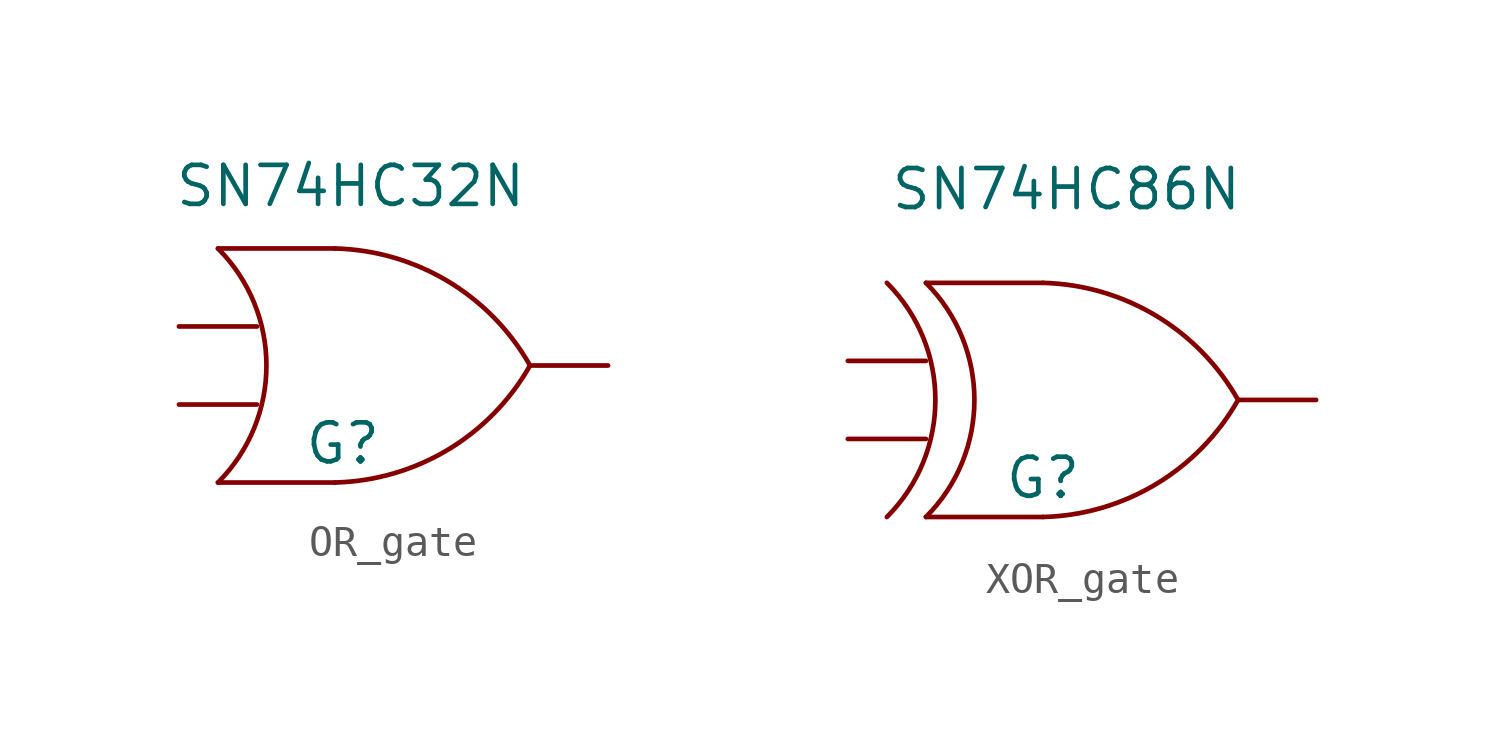
<source format=kicad_sym>
(kicad_symbol_lib
  (version 20231120)
  (generator "kicad_symbol_editor")
  (generator_version "8.0")
  (symbol "OR_gate"
    (property "Reference" "G"
      (at 0.254 -2.54 0)
      (effects (font (size 1.27 1.27))))
    (property "Value" "SN74HC32N"
      (at 0.508 5.842 0)
      (effects (font (size 1.27 1.27))))
    (symbol "OR_gate_0_1"
      (arc (start -3.81 -3.81) (mid -2.2318 0) (end -3.81 3.81) (stroke (width 0) (type default)) (fill (type none)))
      (arc (start 0 -3.81) (mid 3.677 -2.7417) (end 6.35 0) (stroke (width 0) (type default)) (fill (type none)))
      (polyline (pts (xy -3.81 -3.81) (xy 0 -3.81)) (stroke (width 0) (type default)) (fill (type none)))
      (polyline (pts (xy -3.81 3.81) (xy 0 3.81)) (stroke (width 0) (type default)) (fill (type none)))
      (arc (start 6.35 0) (mid 3.6771 2.7418) (end 0 3.81) (stroke (width 0) (type default)) (fill (type none))))
    (symbol "OR_gate_1_1"
      (pin input line (at -5.08 -1.27 0) (length 2.54) (name "" (effects (font (size 1.27 1.27)))) (number "" (effects (font (size 1.27 1.27)))))
      (pin input line (at -5.08 1.27 0) (length 2.54) (name "" (effects (font (size 1.27 1.27)))) (number "" (effects (font (size 1.27 1.27)))))
      (pin output line (at 8.89 0 180) (length 2.54) (name "" (effects (font (size 1.27 1.27)))) (number "" (effects (font (size 1.27 1.27)))))))
  (symbol "XOR_gate"
    (property "Reference" "G"
      (at 0 -2.54 0)
      (effects (font (size 1.27 1.27))))
    (property "Value" "SN74HC86N"
      (at 0.762 6.858 0)
      (effects (font (size 1.27 1.27))))
    (symbol "XOR_gate_0_1"
      (arc (start -5.0802 -3.81) (mid -3.502 0) (end -5.0802 3.81) (stroke (width 0) (type default)) (fill (type none)))
      (arc (start -3.81 -3.81) (mid -2.2318 0) (end -3.81 3.81) (stroke (width 0) (type default)) (fill (type none)))
      (arc (start 0 -3.81) (mid 3.677 -2.7417) (end 6.35 0) (stroke (width 0) (type default)) (fill (type none)))
      (polyline (pts (xy -3.81 -3.81) (xy 0 -3.81)) (stroke (width 0) (type default)) (fill (type none)))
      (polyline (pts (xy -3.81 3.81) (xy 0 3.81)) (stroke (width 0) (type default)) (fill (type none)))
      (arc (start 6.35 0) (mid 3.6771 2.7418) (end 0 3.81) (stroke (width 0) (type default)) (fill (type none))))
    (symbol "XOR_gate_1_1"
      (pin input line (at -6.35 -1.27 0) (length 2.54) (name "" (effects (font (size 1.27 1.27)))) (number "" (effects (font (size 1.27 1.27)))))
      (pin input line (at -6.35 1.27 0) (length 2.54) (name "" (effects (font (size 1.27 1.27)))) (number "" (effects (font (size 1.27 1.27)))))
      (pin output line (at 8.89 0 180) (length 2.54) (name "" (effects (font (size 1.27 1.27)))) (number "" (effects (font (size 1.27 1.27))))))))
</source>
